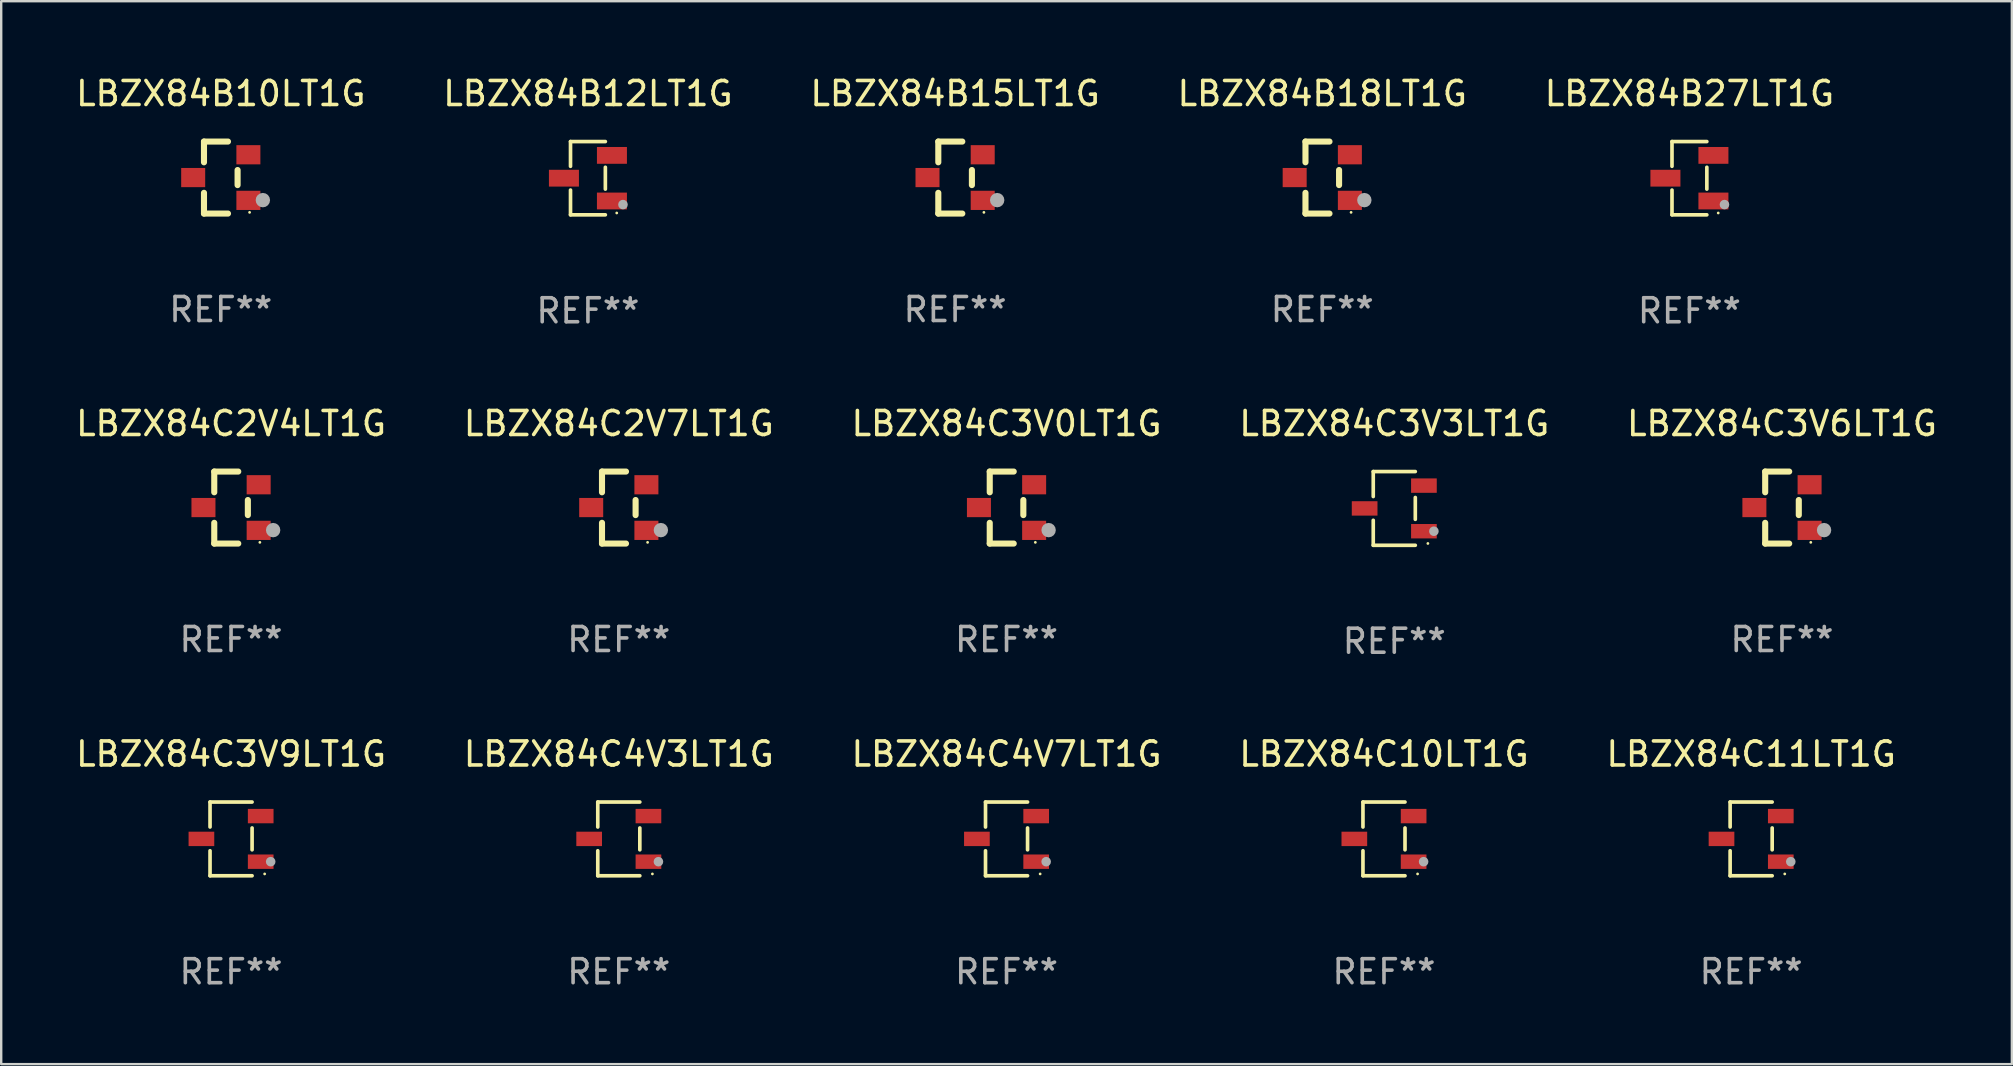
<source format=kicad_pcb>
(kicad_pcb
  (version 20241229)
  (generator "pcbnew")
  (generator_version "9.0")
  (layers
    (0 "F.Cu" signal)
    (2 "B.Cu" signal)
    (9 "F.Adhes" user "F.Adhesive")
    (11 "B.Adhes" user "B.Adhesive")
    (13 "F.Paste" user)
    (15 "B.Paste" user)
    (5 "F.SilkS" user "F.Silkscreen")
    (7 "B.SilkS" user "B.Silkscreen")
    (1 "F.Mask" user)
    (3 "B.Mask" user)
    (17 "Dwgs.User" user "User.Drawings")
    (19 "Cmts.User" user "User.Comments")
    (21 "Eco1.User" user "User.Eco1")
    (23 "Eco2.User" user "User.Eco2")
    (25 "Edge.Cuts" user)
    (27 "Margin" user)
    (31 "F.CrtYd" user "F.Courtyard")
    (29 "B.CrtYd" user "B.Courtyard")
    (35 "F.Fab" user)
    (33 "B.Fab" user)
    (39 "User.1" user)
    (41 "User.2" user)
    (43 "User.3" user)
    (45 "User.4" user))
  (footprint "LBZX84C2V4LT1G"
    (layer "F.Cu")
    (at 6.577 18.097)
    (property "Reference" "LBZX84C2V4LT1G" (at 0 -3.5 0) (layer "F.SilkS") (effects (font (size 1 1) (thickness 0.15))))
    (attr through_hole)
    (fp_line (start -0.7 -1.5) (end 0.3 -1.5) (stroke (width 0.254) (type solid)) (layer "F.SilkS"))
    (fp_line (start -0.7 -0.636) (end -0.7 -1.5) (stroke (width 0.254) (type solid)) (layer "F.SilkS"))
    (fp_line (start -0.7 1.5) (end -0.7 0.636) (stroke (width 0.254) (type solid)) (layer "F.SilkS"))
    (fp_line (start -0.7 1.5) (end 0.3 1.5) (stroke (width 0.254) (type solid)) (layer "F.SilkS"))
    (fp_line (start 0.7 0.314) (end 0.7 -0.314) (stroke (width 0.254) (type solid)) (layer "F.SilkS"))
    (fp_circle (center 1.2 1.45) (end 1.23 1.45) (stroke (width 0.06) (type solid)) (fill no) (layer "F.SilkS"))
    (fp_circle (center 1.753 0.94) (end 1.903 0.94) (stroke (width 0.3) (type solid)) (fill no) (layer "F.Fab"))
    (fp_text user "REF**" (at 0 5.5 0) (layer "F.Fab") (effects (font (size 1 1) (thickness 0.15))))
    (pad "1" smd rect (at 1.15 0.95 180) (size 1 0.8) (layers "F.Cu" "F.Mask" "F.Paste"))
    (pad "2" smd rect (at 1.15 -0.95 180) (size 1 0.8) (layers "F.Cu" "F.Mask" "F.Paste"))
    (pad "3" smd rect (at -1.15 -0.000051 180) (size 1 0.8) (layers "F.Cu" "F.Mask" "F.Paste")))
  (footprint "LBZX84C2V7LT1G"
    (layer "F.Cu")
    (at 22.732 18.097)
    (property "Reference" "LBZX84C2V7LT1G" (at 0 -3.5 0) (layer "F.SilkS") (effects (font (size 1 1) (thickness 0.15))))
    (attr through_hole)
    (fp_line (start -0.7 -1.5) (end 0.3 -1.5) (stroke (width 0.254) (type solid)) (layer "F.SilkS"))
    (fp_line (start -0.7 -0.636) (end -0.7 -1.5) (stroke (width 0.254) (type solid)) (layer "F.SilkS"))
    (fp_line (start -0.7 1.5) (end -0.7 0.636) (stroke (width 0.254) (type solid)) (layer "F.SilkS"))
    (fp_line (start -0.7 1.5) (end 0.3 1.5) (stroke (width 0.254) (type solid)) (layer "F.SilkS"))
    (fp_line (start 0.7 0.314) (end 0.7 -0.314) (stroke (width 0.254) (type solid)) (layer "F.SilkS"))
    (fp_circle (center 1.2 1.45) (end 1.23 1.45) (stroke (width 0.06) (type solid)) (fill no) (layer "F.SilkS"))
    (fp_circle (center 1.753 0.94) (end 1.903 0.94) (stroke (width 0.3) (type solid)) (fill no) (layer "F.Fab"))
    (fp_text user "REF**" (at 0 5.5 0) (layer "F.Fab") (effects (font (size 1 1) (thickness 0.15))))
    (pad "1" smd rect (at 1.15 0.95 180) (size 1 0.8) (layers "F.Cu" "F.Mask" "F.Paste"))
    (pad "2" smd rect (at 1.15 -0.95 180) (size 1 0.8) (layers "F.Cu" "F.Mask" "F.Paste"))
    (pad "3" smd rect (at -1.15 -0.000051 180) (size 1 0.8) (layers "F.Cu" "F.Mask" "F.Paste")))
  (footprint "LBZX84C3V3LT1G"
    (layer "F.Cu")
    (at 55.042 18.133)
    (property "Reference" "LBZX84C3V3LT1G" (at 0 -3.536 0) (layer "F.SilkS") (effects (font (size 1 1) (thickness 0.15))))
    (attr through_hole)
    (fp_line (start -0.876 -1.536) (end -0.876 -0.495) (stroke (width 0.152) (type solid)) (layer "F.SilkS"))
    (fp_line (start -0.876 1.536) (end -0.876 0.495) (stroke (width 0.152) (type solid)) (layer "F.SilkS"))
    (fp_line (start 0.876 -1.536) (end -0.876 -1.536) (stroke (width 0.152) (type solid)) (layer "F.SilkS"))
    (fp_line (start 0.876 -0.455) (end 0.876 0.455) (stroke (width 0.152) (type solid)) (layer "F.SilkS"))
    (fp_line (start 0.876 1.536) (end -0.876 1.536) (stroke (width 0.152) (type solid)) (layer "F.SilkS"))
    (fp_circle (center 1.4 1.46) (end 1.43 1.46) (stroke (width 0.06) (type solid)) (fill no) (layer "F.SilkS"))
    (fp_circle (center 1.651 0.95) (end 1.751 0.95) (stroke (width 0.2) (type solid)) (fill no) (layer "F.Fab"))
    (fp_text user "REF**" (at 0 5.536 0) (layer "F.Fab") (effects (font (size 1 1) (thickness 0.15))))
    (pad "1" smd rect (at 1.235 0.95) (size 1.07 0.6) (layers "F.Cu" "F.Mask" "F.Paste"))
    (pad "2" smd rect (at 1.235 -0.95) (size 1.07 0.6) (layers "F.Cu" "F.Mask" "F.Paste"))
    (pad "3" smd rect (at -1.235 0) (size 1.07 0.6) (layers "F.Cu" "F.Mask" "F.Paste")))
  (footprint "LBZX84C3V6LT1G"
    (layer "F.Cu")
    (at 71.196 18.097)
    (property "Reference" "LBZX84C3V6LT1G" (at 0 -3.5 0) (layer "F.SilkS") (effects (font (size 1 1) (thickness 0.15))))
    (attr through_hole)
    (fp_line (start -0.7 -1.5) (end 0.3 -1.5) (stroke (width 0.254) (type solid)) (layer "F.SilkS"))
    (fp_line (start -0.7 -0.636) (end -0.7 -1.5) (stroke (width 0.254) (type solid)) (layer "F.SilkS"))
    (fp_line (start -0.7 1.5) (end -0.7 0.636) (stroke (width 0.254) (type solid)) (layer "F.SilkS"))
    (fp_line (start -0.7 1.5) (end 0.3 1.5) (stroke (width 0.254) (type solid)) (layer "F.SilkS"))
    (fp_line (start 0.7 0.314) (end 0.7 -0.314) (stroke (width 0.254) (type solid)) (layer "F.SilkS"))
    (fp_circle (center 1.2 1.45) (end 1.23 1.45) (stroke (width 0.06) (type solid)) (fill no) (layer "F.SilkS"))
    (fp_circle (center 1.753 0.94) (end 1.903 0.94) (stroke (width 0.3) (type solid)) (fill no) (layer "F.Fab"))
    (fp_text user "REF**" (at 0 5.5 0) (layer "F.Fab") (effects (font (size 1 1) (thickness 0.15))))
    (pad "1" smd rect (at 1.15 0.95 180) (size 1 0.8) (layers "F.Cu" "F.Mask" "F.Paste"))
    (pad "2" smd rect (at 1.15 -0.95 180) (size 1 0.8) (layers "F.Cu" "F.Mask" "F.Paste"))
    (pad "3" smd rect (at -1.15 -0.000051 180) (size 1 0.8) (layers "F.Cu" "F.Mask" "F.Paste")))
  (footprint "LBZX84C3V9LT1G"
    (layer "F.Cu")
    (at 6.577 31.902)
    (property "Reference" "LBZX84C3V9LT1G" (at 0 -3.536 0) (layer "F.SilkS") (effects (font (size 1 1) (thickness 0.15))))
    (attr through_hole)
    (fp_line (start -0.876 -1.536) (end -0.876 -0.495) (stroke (width 0.152) (type solid)) (layer "F.SilkS"))
    (fp_line (start -0.876 1.536) (end -0.876 0.495) (stroke (width 0.152) (type solid)) (layer "F.SilkS"))
    (fp_line (start 0.876 -1.536) (end -0.876 -1.536) (stroke (width 0.152) (type solid)) (layer "F.SilkS"))
    (fp_line (start 0.876 -0.455) (end 0.876 0.455) (stroke (width 0.152) (type solid)) (layer "F.SilkS"))
    (fp_line (start 0.876 1.536) (end -0.876 1.536) (stroke (width 0.152) (type solid)) (layer "F.SilkS"))
    (fp_circle (center 1.4 1.46) (end 1.43 1.46) (stroke (width 0.06) (type solid)) (fill no) (layer "F.SilkS"))
    (fp_circle (center 1.651 0.95) (end 1.751 0.95) (stroke (width 0.2) (type solid)) (fill no) (layer "F.Fab"))
    (fp_text user "REF**" (at 0 5.536 0) (layer "F.Fab") (effects (font (size 1 1) (thickness 0.15))))
    (pad "1" smd rect (at 1.235 0.95) (size 1.07 0.6) (layers "F.Cu" "F.Mask" "F.Paste"))
    (pad "2" smd rect (at 1.235 -0.95) (size 1.07 0.6) (layers "F.Cu" "F.Mask" "F.Paste"))
    (pad "3" smd rect (at -1.235 0) (size 1.07 0.6) (layers "F.Cu" "F.Mask" "F.Paste")))
  (footprint "LBZX84C4V3LT1G"
    (layer "F.Cu")
    (at 22.732 31.902)
    (property "Reference" "LBZX84C4V3LT1G" (at 0 -3.536 0) (layer "F.SilkS") (effects (font (size 1 1) (thickness 0.15))))
    (attr through_hole)
    (fp_line (start -0.876 -1.536) (end -0.876 -0.495) (stroke (width 0.152) (type solid)) (layer "F.SilkS"))
    (fp_line (start -0.876 1.536) (end -0.876 0.495) (stroke (width 0.152) (type solid)) (layer "F.SilkS"))
    (fp_line (start 0.876 -1.536) (end -0.876 -1.536) (stroke (width 0.152) (type solid)) (layer "F.SilkS"))
    (fp_line (start 0.876 -0.455) (end 0.876 0.455) (stroke (width 0.152) (type solid)) (layer "F.SilkS"))
    (fp_line (start 0.876 1.536) (end -0.876 1.536) (stroke (width 0.152) (type solid)) (layer "F.SilkS"))
    (fp_circle (center 1.4 1.46) (end 1.43 1.46) (stroke (width 0.06) (type solid)) (fill no) (layer "F.SilkS"))
    (fp_circle (center 1.651 0.95) (end 1.751 0.95) (stroke (width 0.2) (type solid)) (fill no) (layer "F.Fab"))
    (fp_text user "REF**" (at 0 5.536 0) (layer "F.Fab") (effects (font (size 1 1) (thickness 0.15))))
    (pad "1" smd rect (at 1.235 0.95) (size 1.07 0.6) (layers "F.Cu" "F.Mask" "F.Paste"))
    (pad "2" smd rect (at 1.235 -0.95) (size 1.07 0.6) (layers "F.Cu" "F.Mask" "F.Paste"))
    (pad "3" smd rect (at -1.235 0) (size 1.07 0.6) (layers "F.Cu" "F.Mask" "F.Paste")))
  (footprint "LBZX84B10LT1G"
    (layer "F.Cu")
    (at 6.149 4.348)
    (property "Reference" "LBZX84B10LT1G" (at 0 -3.5 0) (layer "F.SilkS") (effects (font (size 1 1) (thickness 0.15))))
    (attr through_hole)
    (fp_line (start -0.7 -1.5) (end 0.3 -1.5) (stroke (width 0.254) (type solid)) (layer "F.SilkS"))
    (fp_line (start -0.7 -0.636) (end -0.7 -1.5) (stroke (width 0.254) (type solid)) (layer "F.SilkS"))
    (fp_line (start -0.7 1.5) (end -0.7 0.636) (stroke (width 0.254) (type solid)) (layer "F.SilkS"))
    (fp_line (start -0.7 1.5) (end 0.3 1.5) (stroke (width 0.254) (type solid)) (layer "F.SilkS"))
    (fp_line (start 0.7 0.314) (end 0.7 -0.314) (stroke (width 0.254) (type solid)) (layer "F.SilkS"))
    (fp_circle (center 1.2 1.45) (end 1.23 1.45) (stroke (width 0.06) (type solid)) (fill no) (layer "F.SilkS"))
    (fp_circle (center 1.753 0.94) (end 1.903 0.94) (stroke (width 0.3) (type solid)) (fill no) (layer "F.Fab"))
    (fp_text user "REF**" (at 0 5.5 0) (layer "F.Fab") (effects (font (size 1 1) (thickness 0.15))))
    (pad "1" smd rect (at 1.15 0.95 180) (size 1 0.8) (layers "F.Cu" "F.Mask" "F.Paste"))
    (pad "2" smd rect (at 1.15 -0.95 180) (size 1 0.8) (layers "F.Cu" "F.Mask" "F.Paste"))
    (pad "3" smd rect (at -1.15 -0.000051 180) (size 1 0.8) (layers "F.Cu" "F.Mask" "F.Paste")))
  (footprint "LBZX84C10LT1G"
    (layer "F.Cu")
    (at 54.613 31.902)
    (property "Reference" "LBZX84C10LT1G" (at 0 -3.536 0) (layer "F.SilkS") (effects (font (size 1 1) (thickness 0.15))))
    (attr through_hole)
    (fp_line (start -0.876 -1.536) (end -0.876 -0.495) (stroke (width 0.152) (type solid)) (layer "F.SilkS"))
    (fp_line (start -0.876 1.536) (end -0.876 0.495) (stroke (width 0.152) (type solid)) (layer "F.SilkS"))
    (fp_line (start 0.876 -1.536) (end -0.876 -1.536) (stroke (width 0.152) (type solid)) (layer "F.SilkS"))
    (fp_line (start 0.876 -0.455) (end 0.876 0.455) (stroke (width 0.152) (type solid)) (layer "F.SilkS"))
    (fp_line (start 0.876 1.536) (end -0.876 1.536) (stroke (width 0.152) (type solid)) (layer "F.SilkS"))
    (fp_circle (center 1.4 1.46) (end 1.43 1.46) (stroke (width 0.06) (type solid)) (fill no) (layer "F.SilkS"))
    (fp_circle (center 1.651 0.95) (end 1.751 0.95) (stroke (width 0.2) (type solid)) (fill no) (layer "F.Fab"))
    (fp_text user "REF**" (at 0 5.536 0) (layer "F.Fab") (effects (font (size 1 1) (thickness 0.15))))
    (pad "1" smd rect (at 1.235 0.95) (size 1.07 0.6) (layers "F.Cu" "F.Mask" "F.Paste"))
    (pad "2" smd rect (at 1.235 -0.95) (size 1.07 0.6) (layers "F.Cu" "F.Mask" "F.Paste"))
    (pad "3" smd rect (at -1.235 0) (size 1.07 0.6) (layers "F.Cu" "F.Mask" "F.Paste")))
  (footprint "LBZX84C11LT1G"
    (layer "F.Cu")
    (at 69.911 31.902)
    (property "Reference" "LBZX84C11LT1G" (at 0 -3.536 0) (layer "F.SilkS") (effects (font (size 1 1) (thickness 0.15))))
    (attr through_hole)
    (fp_line (start -0.876 -1.536) (end -0.876 -0.495) (stroke (width 0.152) (type solid)) (layer "F.SilkS"))
    (fp_line (start -0.876 1.536) (end -0.876 0.495) (stroke (width 0.152) (type solid)) (layer "F.SilkS"))
    (fp_line (start 0.876 -1.536) (end -0.876 -1.536) (stroke (width 0.152) (type solid)) (layer "F.SilkS"))
    (fp_line (start 0.876 -0.455) (end 0.876 0.455) (stroke (width 0.152) (type solid)) (layer "F.SilkS"))
    (fp_line (start 0.876 1.536) (end -0.876 1.536) (stroke (width 0.152) (type solid)) (layer "F.SilkS"))
    (fp_circle (center 1.4 1.46) (end 1.43 1.46) (stroke (width 0.06) (type solid)) (fill no) (layer "F.SilkS"))
    (fp_circle (center 1.651 0.95) (end 1.751 0.95) (stroke (width 0.2) (type solid)) (fill no) (layer "F.Fab"))
    (fp_text user "REF**" (at 0 5.536 0) (layer "F.Fab") (effects (font (size 1 1) (thickness 0.15))))
    (pad "1" smd rect (at 1.235 0.95) (size 1.07 0.6) (layers "F.Cu" "F.Mask" "F.Paste"))
    (pad "2" smd rect (at 1.235 -0.95) (size 1.07 0.6) (layers "F.Cu" "F.Mask" "F.Paste"))
    (pad "3" smd rect (at -1.235 0) (size 1.07 0.6) (layers "F.Cu" "F.Mask" "F.Paste")))
  (footprint "LBZX84B15LT1G"
    (layer "F.Cu")
    (at 36.744 4.348)
    (property "Reference" "LBZX84B15LT1G" (at 0 -3.5 0) (layer "F.SilkS") (effects (font (size 1 1) (thickness 0.15))))
    (attr through_hole)
    (fp_line (start -0.7 -1.5) (end 0.3 -1.5) (stroke (width 0.254) (type solid)) (layer "F.SilkS"))
    (fp_line (start -0.7 -0.636) (end -0.7 -1.5) (stroke (width 0.254) (type solid)) (layer "F.SilkS"))
    (fp_line (start -0.7 1.5) (end -0.7 0.636) (stroke (width 0.254) (type solid)) (layer "F.SilkS"))
    (fp_line (start -0.7 1.5) (end 0.3 1.5) (stroke (width 0.254) (type solid)) (layer "F.SilkS"))
    (fp_line (start 0.7 0.314) (end 0.7 -0.314) (stroke (width 0.254) (type solid)) (layer "F.SilkS"))
    (fp_circle (center 1.2 1.45) (end 1.23 1.45) (stroke (width 0.06) (type solid)) (fill no) (layer "F.SilkS"))
    (fp_circle (center 1.753 0.94) (end 1.903 0.94) (stroke (width 0.3) (type solid)) (fill no) (layer "F.Fab"))
    (fp_text user "REF**" (at 0 5.5 0) (layer "F.Fab") (effects (font (size 1 1) (thickness 0.15))))
    (pad "1" smd rect (at 1.15 0.95 180) (size 1 0.8) (layers "F.Cu" "F.Mask" "F.Paste"))
    (pad "2" smd rect (at 1.15 -0.95 180) (size 1 0.8) (layers "F.Cu" "F.Mask" "F.Paste"))
    (pad "3" smd rect (at -1.15 -0.000051 180) (size 1 0.8) (layers "F.Cu" "F.Mask" "F.Paste")))
  (footprint "LBZX84B27LT1G"
    (layer "F.Cu")
    (at 67.339 4.374)
    (property "Reference" "LBZX84B27LT1G" (at 0 -3.526 0) (layer "F.SilkS") (effects (font (size 1 1) (thickness 0.15))))
    (attr through_hole)
    (fp_line (start -0.726 -1.526) (end -0.726 -0.495) (stroke (width 0.152) (type solid)) (layer "F.SilkS"))
    (fp_line (start -0.726 1.526) (end -0.726 0.495) (stroke (width 0.152) (type solid)) (layer "F.SilkS"))
    (fp_line (start 0.726 -1.526) (end -0.726 -1.526) (stroke (width 0.152) (type solid)) (layer "F.SilkS"))
    (fp_line (start 0.726 -0.455) (end 0.726 0.455) (stroke (width 0.152) (type solid)) (layer "F.SilkS"))
    (fp_line (start 0.726 1.526) (end -0.726 1.526) (stroke (width 0.152) (type solid)) (layer "F.SilkS"))
    (fp_circle (center 1.2 1.45) (end 1.23 1.45) (stroke (width 0.06) (type solid)) (fill no) (layer "F.SilkS"))
    (fp_circle (center 1.46 1.1) (end 1.56 1.1) (stroke (width 0.2) (type solid)) (fill no) (layer "F.Fab"))
    (fp_text user "REF**" (at 0 5.526 0) (layer "F.Fab") (effects (font (size 1 1) (thickness 0.15))))
    (pad "1" smd rect (at 1 0.95) (size 1.25 0.7) (layers "F.Cu" "F.Mask" "F.Paste"))
    (pad "2" smd rect (at 1 -0.95) (size 1.25 0.7) (layers "F.Cu" "F.Mask" "F.Paste"))
    (pad "3" smd rect (at -1 0) (size 1.25 0.7) (layers "F.Cu" "F.Mask" "F.Paste")))
  (footprint "LBZX84C3V0LT1G"
    (layer "F.Cu")
    (at 38.887 18.097)
    (property "Reference" "LBZX84C3V0LT1G" (at 0 -3.5 0) (layer "F.SilkS") (effects (font (size 1 1) (thickness 0.15))))
    (attr through_hole)
    (fp_line (start -0.7 -1.5) (end 0.3 -1.5) (stroke (width 0.254) (type solid)) (layer "F.SilkS"))
    (fp_line (start -0.7 -0.636) (end -0.7 -1.5) (stroke (width 0.254) (type solid)) (layer "F.SilkS"))
    (fp_line (start -0.7 1.5) (end -0.7 0.636) (stroke (width 0.254) (type solid)) (layer "F.SilkS"))
    (fp_line (start -0.7 1.5) (end 0.3 1.5) (stroke (width 0.254) (type solid)) (layer "F.SilkS"))
    (fp_line (start 0.7 0.314) (end 0.7 -0.314) (stroke (width 0.254) (type solid)) (layer "F.SilkS"))
    (fp_circle (center 1.2 1.45) (end 1.23 1.45) (stroke (width 0.06) (type solid)) (fill no) (layer "F.SilkS"))
    (fp_circle (center 1.753 0.94) (end 1.903 0.94) (stroke (width 0.3) (type solid)) (fill no) (layer "F.Fab"))
    (fp_text user "REF**" (at 0 5.5 0) (layer "F.Fab") (effects (font (size 1 1) (thickness 0.15))))
    (pad "1" smd rect (at 1.15 0.95 180) (size 1 0.8) (layers "F.Cu" "F.Mask" "F.Paste"))
    (pad "2" smd rect (at 1.15 -0.95 180) (size 1 0.8) (layers "F.Cu" "F.Mask" "F.Paste"))
    (pad "3" smd rect (at -1.15 -0.000051 180) (size 1 0.8) (layers "F.Cu" "F.Mask" "F.Paste")))
  (footprint "LBZX84B12LT1G"
    (layer "F.Cu")
    (at 21.446 4.374)
    (property "Reference" "LBZX84B12LT1G" (at 0 -3.526 0) (layer "F.SilkS") (effects (font (size 1 1) (thickness 0.15))))
    (attr through_hole)
    (fp_line (start -0.726 -1.526) (end -0.726 -0.495) (stroke (width 0.152) (type solid)) (layer "F.SilkS"))
    (fp_line (start -0.726 1.526) (end -0.726 0.495) (stroke (width 0.152) (type solid)) (layer "F.SilkS"))
    (fp_line (start 0.726 -1.526) (end -0.726 -1.526) (stroke (width 0.152) (type solid)) (layer "F.SilkS"))
    (fp_line (start 0.726 -0.455) (end 0.726 0.455) (stroke (width 0.152) (type solid)) (layer "F.SilkS"))
    (fp_line (start 0.726 1.526) (end -0.726 1.526) (stroke (width 0.152) (type solid)) (layer "F.SilkS"))
    (fp_circle (center 1.2 1.45) (end 1.23 1.45) (stroke (width 0.06) (type solid)) (fill no) (layer "F.SilkS"))
    (fp_circle (center 1.46 1.1) (end 1.56 1.1) (stroke (width 0.2) (type solid)) (fill no) (layer "F.Fab"))
    (fp_text user "REF**" (at 0 5.526 0) (layer "F.Fab") (effects (font (size 1 1) (thickness 0.15))))
    (pad "1" smd rect (at 1 0.95) (size 1.25 0.7) (layers "F.Cu" "F.Mask" "F.Paste"))
    (pad "2" smd rect (at 1 -0.95) (size 1.25 0.7) (layers "F.Cu" "F.Mask" "F.Paste"))
    (pad "3" smd rect (at -1 0) (size 1.25 0.7) (layers "F.Cu" "F.Mask" "F.Paste")))
  (footprint "LBZX84C4V7LT1G"
    (layer "F.Cu")
    (at 38.887 31.902)
    (property "Reference" "LBZX84C4V7LT1G" (at 0 -3.536 0) (layer "F.SilkS") (effects (font (size 1 1) (thickness 0.15))))
    (attr through_hole)
    (fp_line (start -0.876 -1.536) (end -0.876 -0.495) (stroke (width 0.152) (type solid)) (layer "F.SilkS"))
    (fp_line (start -0.876 1.536) (end -0.876 0.495) (stroke (width 0.152) (type solid)) (layer "F.SilkS"))
    (fp_line (start 0.876 -1.536) (end -0.876 -1.536) (stroke (width 0.152) (type solid)) (layer "F.SilkS"))
    (fp_line (start 0.876 -0.455) (end 0.876 0.455) (stroke (width 0.152) (type solid)) (layer "F.SilkS"))
    (fp_line (start 0.876 1.536) (end -0.876 1.536) (stroke (width 0.152) (type solid)) (layer "F.SilkS"))
    (fp_circle (center 1.4 1.46) (end 1.43 1.46) (stroke (width 0.06) (type solid)) (fill no) (layer "F.SilkS"))
    (fp_circle (center 1.651 0.95) (end 1.751 0.95) (stroke (width 0.2) (type solid)) (fill no) (layer "F.Fab"))
    (fp_text user "REF**" (at 0 5.536 0) (layer "F.Fab") (effects (font (size 1 1) (thickness 0.15))))
    (pad "1" smd rect (at 1.235 0.95) (size 1.07 0.6) (layers "F.Cu" "F.Mask" "F.Paste"))
    (pad "2" smd rect (at 1.235 -0.95) (size 1.07 0.6) (layers "F.Cu" "F.Mask" "F.Paste"))
    (pad "3" smd rect (at -1.235 0) (size 1.07 0.6) (layers "F.Cu" "F.Mask" "F.Paste")))
  (footprint "LBZX84B18LT1G"
    (layer "F.Cu")
    (at 52.042 4.348)
    (property "Reference" "LBZX84B18LT1G" (at 0 -3.5 0) (layer "F.SilkS") (effects (font (size 1 1) (thickness 0.15))))
    (attr through_hole)
    (fp_line (start -0.7 -1.5) (end 0.3 -1.5) (stroke (width 0.254) (type solid)) (layer "F.SilkS"))
    (fp_line (start -0.7 -0.636) (end -0.7 -1.5) (stroke (width 0.254) (type solid)) (layer "F.SilkS"))
    (fp_line (start -0.7 1.5) (end -0.7 0.636) (stroke (width 0.254) (type solid)) (layer "F.SilkS"))
    (fp_line (start -0.7 1.5) (end 0.3 1.5) (stroke (width 0.254) (type solid)) (layer "F.SilkS"))
    (fp_line (start 0.7 0.314) (end 0.7 -0.314) (stroke (width 0.254) (type solid)) (layer "F.SilkS"))
    (fp_circle (center 1.2 1.45) (end 1.23 1.45) (stroke (width 0.06) (type solid)) (fill no) (layer "F.SilkS"))
    (fp_circle (center 1.753 0.94) (end 1.903 0.94) (stroke (width 0.3) (type solid)) (fill no) (layer "F.Fab"))
    (fp_text user "REF**" (at 0 5.5 0) (layer "F.Fab") (effects (font (size 1 1) (thickness 0.15))))
    (pad "1" smd rect (at 1.15 0.95 180) (size 1 0.8) (layers "F.Cu" "F.Mask" "F.Paste"))
    (pad "2" smd rect (at 1.15 -0.95 180) (size 1 0.8) (layers "F.Cu" "F.Mask" "F.Paste"))
    (pad "3" smd rect (at -1.15 -0.000051 180) (size 1 0.8) (layers "F.Cu" "F.Mask" "F.Paste")))
  (gr_rect
    (start -3 -3)
    (end 80.774 41.287)
    (stroke (width 0.1) (type default))
    (fill no)
    (layer "Edge.Cuts")))
</source>
